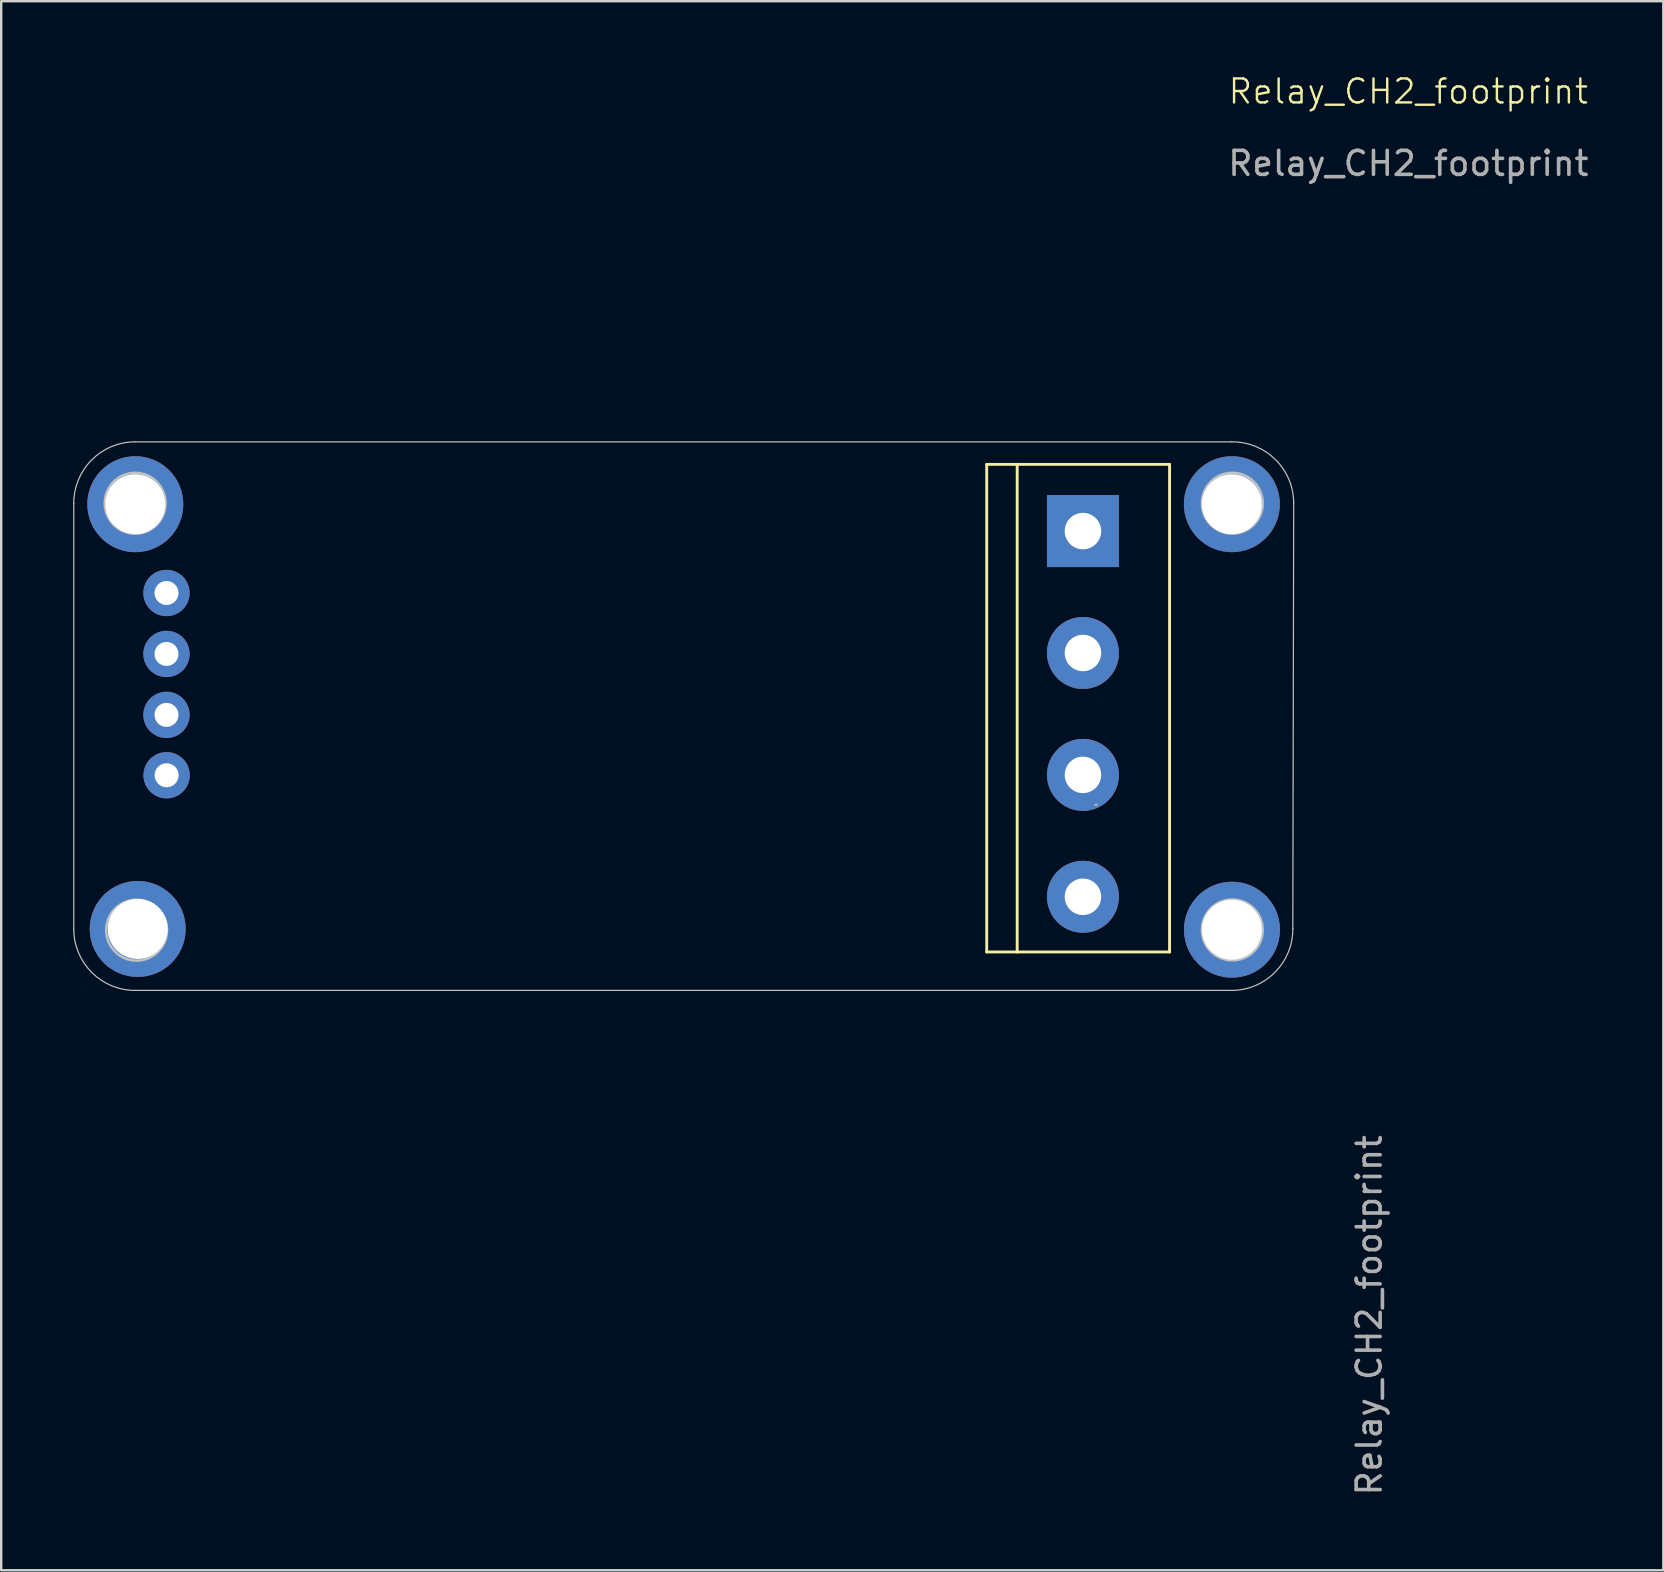
<source format=kicad_pcb>
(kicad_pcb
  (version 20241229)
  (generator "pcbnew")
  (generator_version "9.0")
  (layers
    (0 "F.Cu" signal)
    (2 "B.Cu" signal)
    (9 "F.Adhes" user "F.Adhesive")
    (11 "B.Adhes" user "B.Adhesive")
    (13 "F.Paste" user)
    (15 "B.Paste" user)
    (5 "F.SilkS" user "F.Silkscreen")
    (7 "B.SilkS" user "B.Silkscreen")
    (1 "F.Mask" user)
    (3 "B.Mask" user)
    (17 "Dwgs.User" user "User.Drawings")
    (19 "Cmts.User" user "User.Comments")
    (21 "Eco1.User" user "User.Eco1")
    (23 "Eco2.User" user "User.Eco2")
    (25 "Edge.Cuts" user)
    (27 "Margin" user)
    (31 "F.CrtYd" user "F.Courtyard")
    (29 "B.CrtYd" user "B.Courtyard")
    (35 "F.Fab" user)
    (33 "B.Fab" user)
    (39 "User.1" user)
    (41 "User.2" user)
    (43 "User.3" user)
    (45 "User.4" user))
  (footprint "Relay_CH2_footprint"
    (layer "F.Cu")
    (at 25.188 27.061)
    (property "Reference" "Relay_CH2_footprint" (at 30.45 -26.3 0) (unlocked yes) (layer "F.SilkS") (effects (font (size 1 1) (thickness 0.1))))
    (attr smd)
    (fp_line (start 12.88 -10.76) (end 12.88 9.56) (stroke (width 0.12) (type solid)) (layer "F.SilkS"))
    (fp_line (start 12.88 9.56) (end 20.5 9.56) (stroke (width 0.12) (type solid)) (layer "F.SilkS"))
    (fp_line (start 14.15 9.56) (end 14.15 -10.76) (stroke (width 0.12) (type solid)) (layer "F.SilkS"))
    (fp_line (start 20.5 -10.76) (end 12.88 -10.76) (stroke (width 0.12) (type solid)) (layer "F.SilkS"))
    (fp_line (start 20.5 -10.76) (end 20.5 9.56) (stroke (width 0.12) (type solid)) (layer "F.SilkS"))
    (fp_line (start -25.163 8.622) (end -25.163 -9.122) (stroke (width 0.05) (type default)) (layer "Dwgs.User"))
    (fp_line (start -22.623 -11.698) (end 23.097 -11.698) (stroke (width 0.05) (type default)) (layer "Dwgs.User"))
    (fp_line (start 23.097 11.162) (end -22.587 11.162) (stroke (width 0.05) (type default)) (layer "Dwgs.User"))
    (fp_line (start 25.673 -9.158) (end 25.636 8.586) (stroke (width 0.05) (type default)) (layer "Dwgs.User"))
    (fp_arc (start -25.163097 -9.121825) (mid -24.426704 -10.935821) (end -22.623356 -11.697918) (stroke (width 0.05) (type default)) (layer "Dwgs.User"))
    (fp_arc (start -22.587263 11.161821) (mid -24.401264 10.425433) (end -25.163356 8.62208) (stroke (width 0.05) (type default)) (layer "Dwgs.User"))
    (fp_arc (start 23.096635 -11.697917) (mid 24.910679 -10.961573) (end 25.672728 -9.158176) (stroke (width 0.05) (type default)) (layer "Dwgs.User"))
    (fp_arc (start 25.636376 8.585988) (mid 24.9 10.4) (end 23.096635 11.162081) (stroke (width 0.05) (type default)) (layer "Dwgs.User"))
    (fp_circle (center -22.605 -9.14) (end -21.335 -9.14) (stroke (width 0.1) (type default)) (fill no) (layer "Dwgs.User"))
    (fp_circle (center -22.545 8.65) (end -21.275 8.65) (stroke (width 0.1) (type default)) (fill no) (layer "Dwgs.User"))
    (fp_circle (center 23.115 -9.14) (end 24.385 -9.14) (stroke (width 0.1) (type default)) (fill no) (layer "Dwgs.User"))
    (fp_circle (center 23.115 8.64) (end 24.385 8.64) (stroke (width 0.1) (type default)) (fill no) (layer "Dwgs.User"))
    (fp_line (start 17.46 3.43) (end 17.41 3.43) (stroke (width 0.1) (type solid)) (layer "F.Fab"))
    (fp_text user "${REFERENCE}" (at 28.82 24.7 270) (layer "F.Fab") (effects (font (size 1 1) (thickness 0.15))))
    (fp_text user "${REFERENCE}" (at 30.45 -23.3 0) (unlocked yes) (layer "F.Fab") (effects (font (size 1 1) (thickness 0.15))))
    (pad "" thru_hole circle (at -22.6 -9.1) (size 4 4) (drill 2.5) (layers "*.Cu" "*.Mask") (remove_unused_layers yes) (keep_end_layers yes) (zone_layer_connections))
    (pad "" thru_hole circle (at -22.5 8.6) (size 4 4) (drill 2.5) (layers "*.Cu" "*.Mask") (remove_unused_layers yes) (keep_end_layers yes) (zone_layer_connections))
    (pad "" thru_hole circle (at 23.096 -9.1) (size 4 4) (drill 2.5) (layers "*.Cu" "*.Mask") (remove_unused_layers yes) (keep_end_layers yes) (zone_layer_connections))
    (pad "" thru_hole circle (at 23.1 8.632) (size 4 4) (drill 2.5) (layers "*.Cu" "*.Mask") (remove_unused_layers yes) (keep_end_layers yes) (zone_layer_connections))
    (pad "1" thru_hole circle (at -21.3 -5.4) (size 1.93 1.93) (drill 1) (layers "*.Cu" "*.Mask"))
    (pad "2" thru_hole circle (at -21.3 -2.86) (size 1.93 1.93) (drill 1) (layers "*.Cu" "*.Mask"))
    (pad "3" thru_hole circle (at -21.3 -0.32) (size 1.93 1.93) (drill 1) (layers "*.Cu" "*.Mask"))
    (pad "4" thru_hole circle (at -21.295 2.195) (size 1.93 1.93) (drill 1) (layers "*.Cu" "*.Mask"))
    (pad "5" thru_hole rect (at 16.89 -7.98 270) (size 3 3) (drill 1.52) (layers "*.Cu" "*.Mask") (remove_unused_layers yes) (keep_end_layers yes) (zone_layer_connections))
    (pad "6" thru_hole circle (at 16.89 -2.9 270) (size 3 3) (drill 1.52) (layers "*.Cu" "*.Mask") (remove_unused_layers yes) (keep_end_layers yes) (zone_layer_connections))
    (pad "7" thru_hole circle (at 16.89 2.18 270) (size 3 3) (drill 1.52) (layers "*.Cu" "*.Mask") (remove_unused_layers yes) (keep_end_layers yes) (zone_layer_connections))
    (pad "8" thru_hole circle (at 16.89 7.26 270) (size 3 3) (drill 1.52) (layers "*.Cu" "*.Mask") (remove_unused_layers yes) (keep_end_layers yes) (zone_layer_connections)))
  (gr_rect
    (start -3 -3)
    (end 66.263 62.386)
    (stroke (width 0.1) (type default))
    (fill no)
    (layer "Edge.Cuts")))
</source>
